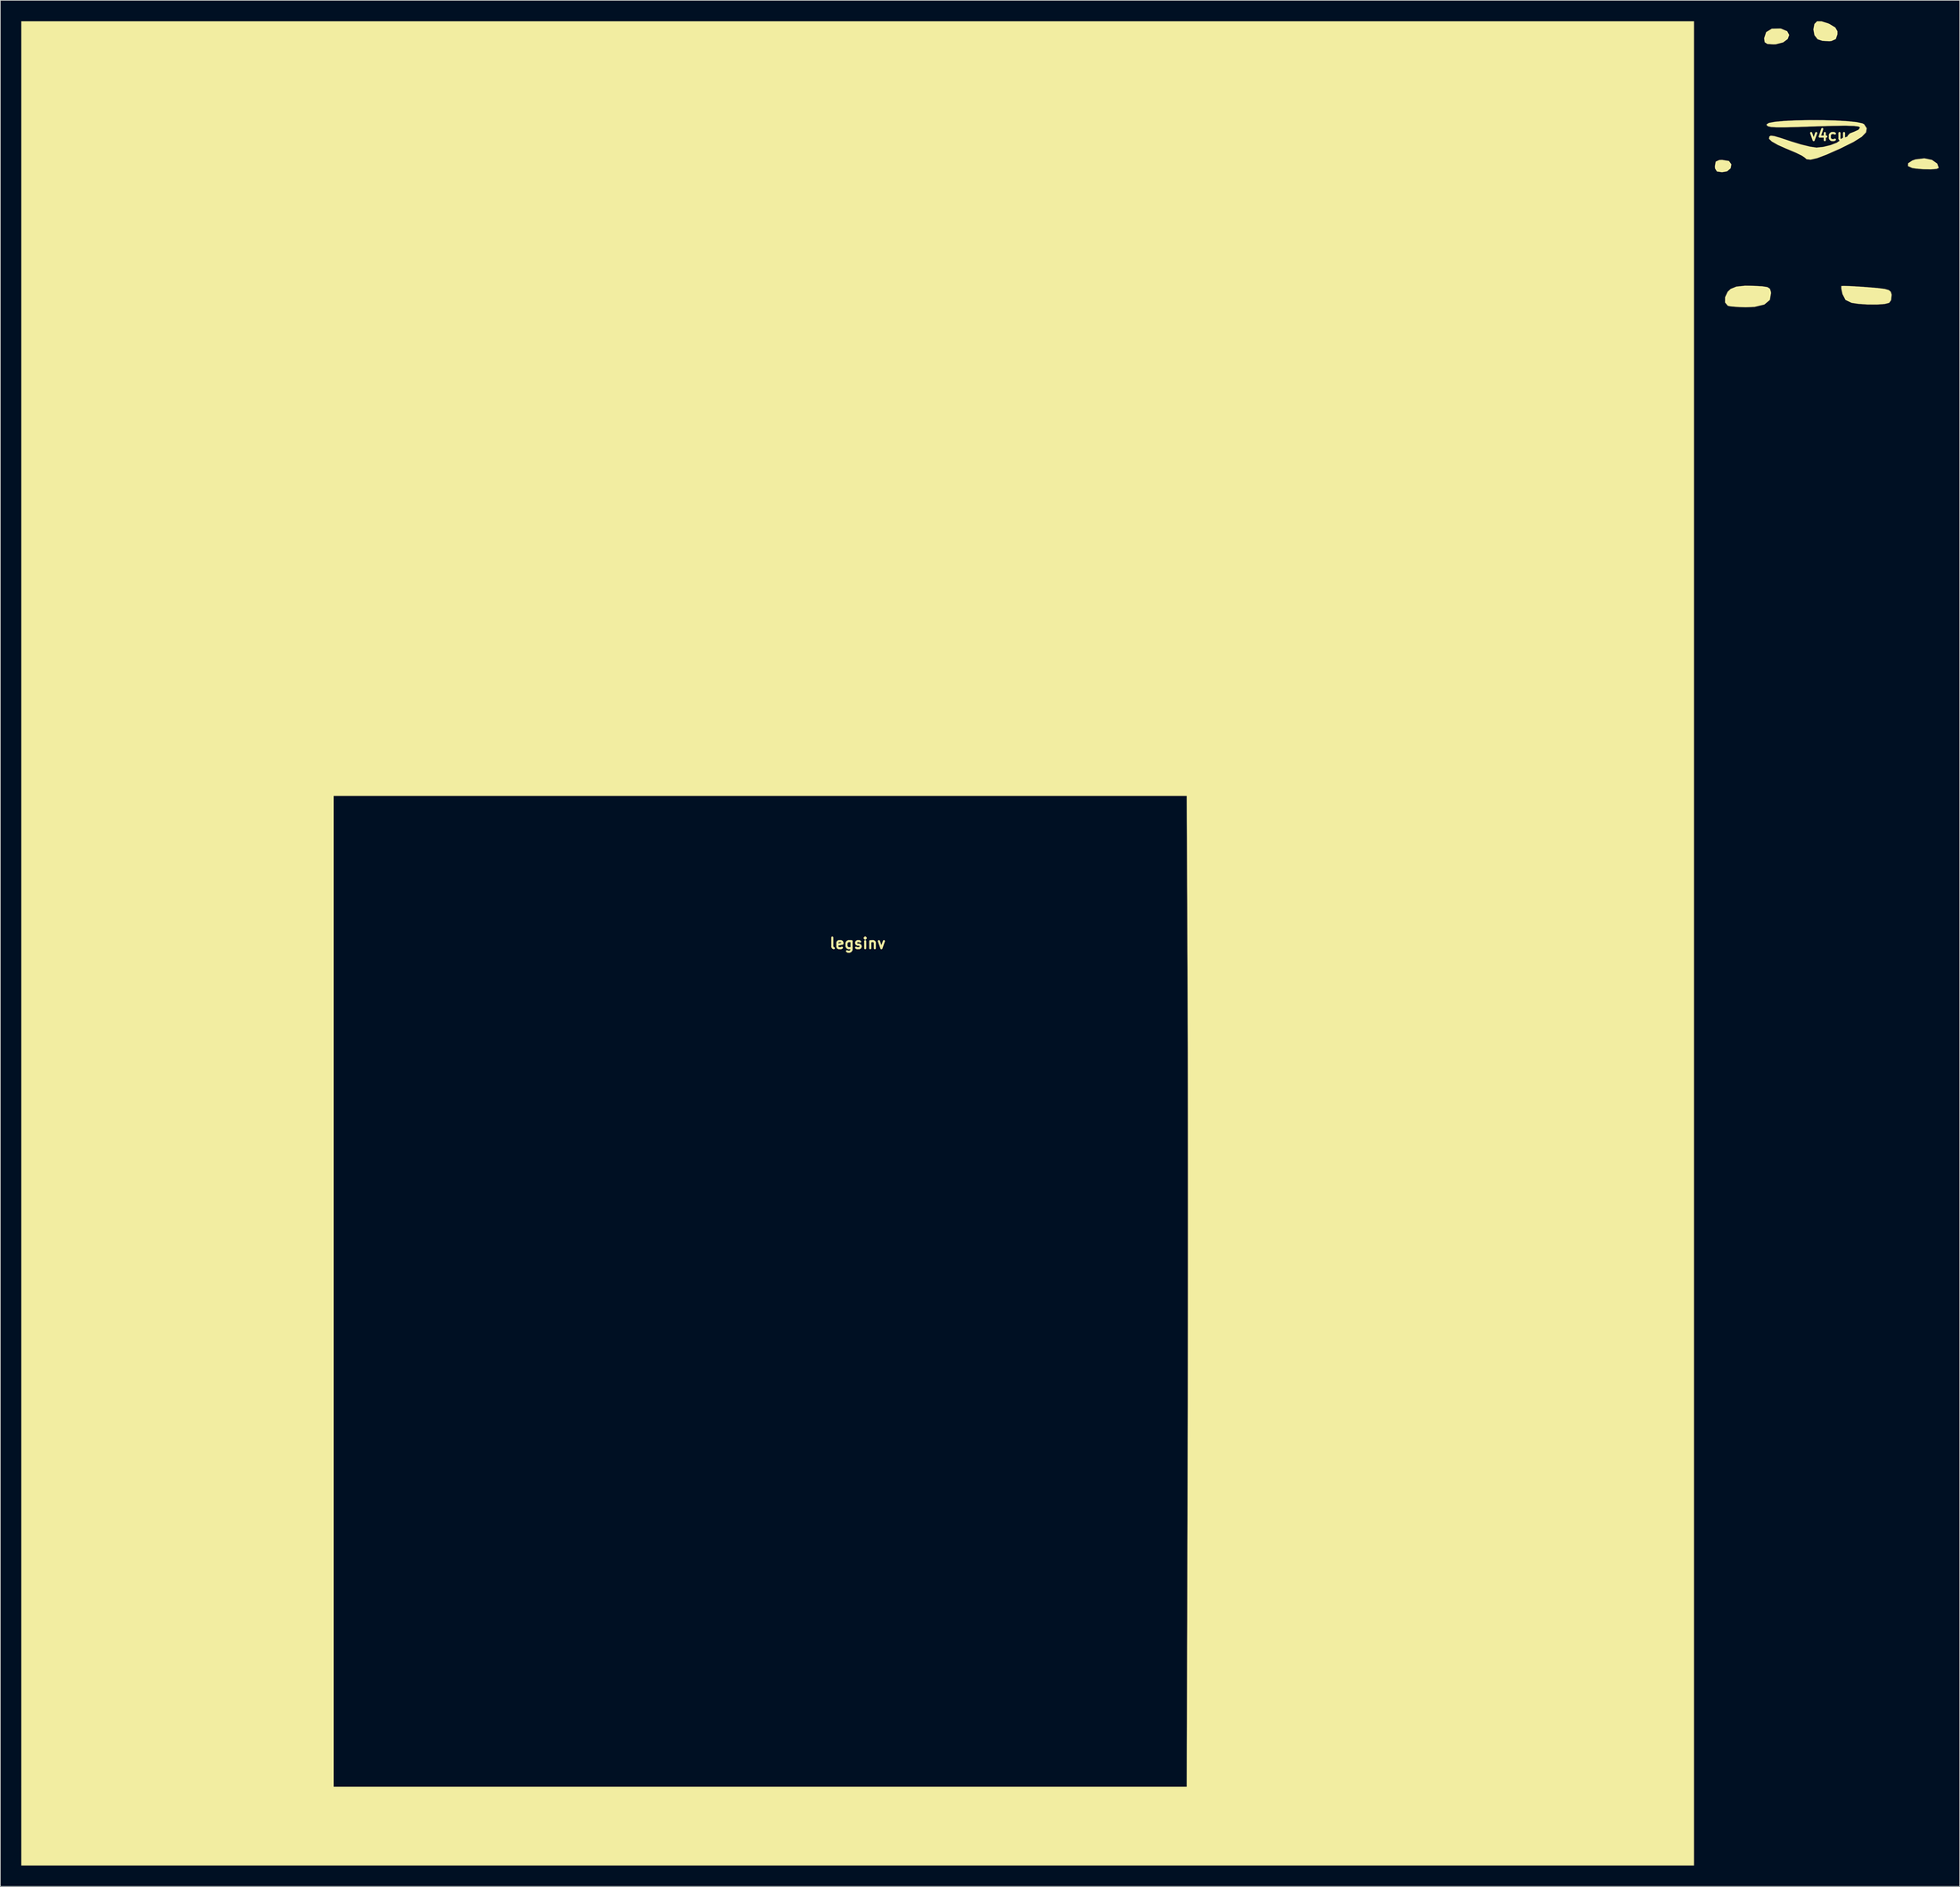
<source format=kicad_pcb>
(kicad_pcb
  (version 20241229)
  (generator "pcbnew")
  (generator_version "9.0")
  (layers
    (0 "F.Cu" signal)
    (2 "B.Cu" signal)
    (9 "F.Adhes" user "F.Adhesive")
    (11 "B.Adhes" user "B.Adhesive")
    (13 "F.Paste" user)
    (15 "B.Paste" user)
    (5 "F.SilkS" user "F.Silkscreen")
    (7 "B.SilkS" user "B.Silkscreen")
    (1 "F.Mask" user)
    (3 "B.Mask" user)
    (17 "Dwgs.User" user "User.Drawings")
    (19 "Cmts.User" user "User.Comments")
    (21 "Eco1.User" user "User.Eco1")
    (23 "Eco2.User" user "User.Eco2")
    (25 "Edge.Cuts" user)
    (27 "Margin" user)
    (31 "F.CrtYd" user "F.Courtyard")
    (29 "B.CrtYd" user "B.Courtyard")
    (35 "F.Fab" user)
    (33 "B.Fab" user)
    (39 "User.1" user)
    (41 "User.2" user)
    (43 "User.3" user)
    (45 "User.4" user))
  (footprint "v4cu"
    (layer "F.Cu")
    (at 259.132 16.363)
    (property "Reference" "v4cu" (at 0 0 0) (layer "F.SilkS") (effects (font (size 1.524 1.524) (thickness 0.3))))
    (attr through_hole)
    (fp_poly (pts (xy -14.222 3.683) (xy -13.866 4.166) (xy -13.971 4.731) (xy -14.478 5.165) (xy -15.207 5.292) (xy -15.946 5.188) (xy -16.208 4.755) (xy -16.228 4.41) (xy -16.111 3.775) (xy -15.617 3.547) (xy -15.19 3.528) (xy -14.222 3.683)) (stroke (width 0.01) (type solid)) (fill yes) (layer "F.SilkS"))
    (fp_poly (pts (xy -6.732 -15.299) (xy -5.868 -14.934) (xy -5.576 -14.396) (xy -5.791 -13.818) (xy -6.446 -13.331) (xy -7.479 -13.068) (xy -7.832 -13.053) (xy -8.712 -13.108) (xy -9.092 -13.359) (xy -9.172 -13.922) (xy -8.878 -14.802) (xy -8.076 -15.292) (xy -6.883 -15.326) (xy -6.732 -15.299)) (stroke (width 0.01) (type solid)) (fill yes) (layer "F.SilkS"))
    (fp_poly (pts (xy 14.906 3.53) (xy 15.65 4.064) (xy 15.87 4.674) (xy 15.559 4.817) (xy 14.765 4.882) (xy 13.705 4.867) (xy 12.598 4.771) (xy 12.062 4.687) (xy 11.459 4.413) (xy 11.479 4.019) (xy 12.079 3.615) (xy 12.547 3.454) (xy 13.811 3.305) (xy 14.906 3.53)) (stroke (width 0.01) (type solid)) (fill yes) (layer "F.SilkS"))
    (fp_poly (pts (xy -0.934 -16.348) (xy -0.012 -16.064) (xy 0.199 -15.97) (xy 1.033 -15.471) (xy 1.341 -14.932) (xy 1.339 -14.479) (xy 1.106 -13.807) (xy 0.474 -13.53) (xy 0.176 -13.496) (xy -0.804 -13.552) (xy -1.499 -13.778) (xy -1.952 -14.362) (xy -2.108 -15.195) (xy -1.958 -15.972) (xy -1.581 -16.358) (xy -0.934 -16.348)) (stroke (width 0.01) (type solid)) (fill yes) (layer "F.SilkS"))
    (fp_poly (pts (xy -10.708 21.591) (xy -9.431 21.662) (xy -8.697 21.781) (xy -8.344 22.015) (xy -8.208 22.432) (xy -8.182 22.632) (xy -8.355 23.618) (xy -9.143 24.278) (xy -10.552 24.617) (xy -11.808 24.667) (xy -13.021 24.624) (xy -13.973 24.541) (xy -14.376 24.461) (xy -14.776 23.983) (xy -14.769 23.224) (xy -14.399 22.443) (xy -13.971 22.04) (xy -13.146 21.705) (xy -11.916 21.574) (xy -10.708 21.591)) (stroke (width 0.01) (type solid)) (fill yes) (layer "F.SilkS"))
    (fp_poly (pts (xy 3.195 21.632) (xy 4.509 21.709) (xy 5.501 21.78) (xy 7.097 21.912) (xy 8.121 22.04) (xy 8.708 22.205) (xy 8.991 22.448) (xy 9.103 22.809) (xy 9.115 22.891) (xy 9.032 23.657) (xy 8.762 24.032) (xy 8.122 24.198) (xy 7.015 24.278) (xy 5.677 24.273) (xy 4.343 24.182) (xy 3.377 24.035) (xy 2.502 23.619) (xy 2.065 22.772) (xy 1.902 22.009) (xy 1.896 21.623) (xy 1.897 21.622) (xy 2.272 21.601) (xy 3.195 21.632)) (stroke (width 0.01) (type solid)) (fill yes) (layer "F.SilkS"))
    (fp_poly (pts (xy -0.782 -2.173) (xy 1.068 -2.124) (xy 2.72 -2.031) (xy 4.046 -1.896) (xy 4.916 -1.716) (xy 5.165 -1.589) (xy 5.541 -1.008) (xy 5.444 -0.423) (xy 4.825 0.216) (xy 3.633 0.961) (xy 1.819 1.863) (xy 1.753 1.894) (xy -0.17 2.75) (xy -1.563 3.276) (xy -2.509 3.494) (xy -3.091 3.425) (xy -3.333 3.205) (xy -3.738 2.928) (xy -4.625 2.494) (xy -5.813 1.988) (xy -5.999 1.915) (xy -7.185 1.391) (xy -8.059 0.893) (xy -8.458 0.517) (xy -8.467 0.473) (xy -8.426 0.176) (xy -8.22 0.05) (xy -7.726 0.11) (xy -6.821 0.372) (xy -5.379 0.852) (xy -5.292 0.882) (xy -3.888 1.313) (xy -2.606 1.627) (xy -1.701 1.763) (xy -1.639 1.764) (xy -0.669 1.661) (xy 0.371 1.403) (xy 1.247 1.067) (xy 1.73 0.729) (xy 1.764 0.635) (xy 2.051 0.384) (xy 2.293 0.353) (xy 2.763 0.183) (xy 2.822 0.038) (xy 3.121 -0.272) (xy 3.704 -0.498) (xy 4.365 -0.799) (xy 4.586 -1.119) (xy 4.372 -1.261) (xy 3.692 -1.347) (xy 2.489 -1.379) (xy 0.705 -1.358) (xy -1.718 -1.286) (xy -2.117 -1.271) (xy -4.465 -1.19) (xy -6.198 -1.148) (xy -7.408 -1.149) (xy -8.184 -1.196) (xy -8.616 -1.294) (xy -8.796 -1.447) (xy -8.819 -1.571) (xy -8.489 -1.777) (xy -7.583 -1.941) (xy -6.23 -2.063) (xy -4.56 -2.142) (xy -2.701 -2.179) (xy -0.782 -2.173)) (stroke (width 0.01) (type solid)) (fill yes) (layer "F.SilkS")))
  (footprint "legsinv"
    (layer "F.Cu")
    (at 119.949 132.297)
    (property "Reference" "legsinv" (at 0 0 0) (layer "F.SilkS") (effects (font (size 1.524 1.524) (thickness 0.3))))
    (attr through_hole)
    (fp_poly (pts (xy 119.944 132.292) (xy -119.944 132.292) (xy -119.944 -21.167) (xy -75.142 -21.167) (xy -75.142 121.003) (xy 47.198 121.003) (xy 47.323 77.876) (xy 47.339 71.728) (xy 47.352 65.318) (xy 47.362 58.734) (xy 47.37 52.066) (xy 47.374 45.403) (xy 47.375 38.832) (xy 47.374 32.444) (xy 47.369 26.328) (xy 47.362 20.571) (xy 47.351 15.264) (xy 47.338 10.494) (xy 47.324 6.791) (xy 47.199 -21.167) (xy -75.142 -21.167) (xy -119.944 -21.167) (xy -119.944 -132.292) (xy 119.944 -132.292) (xy 119.944 132.292)) (stroke (width 0.01) (type solid)) (fill yes) (layer "F.SilkS")))
  (gr_rect
    (start -3 -3)
    (end 278.006 267.593)
    (stroke (width 0.1) (type default))
    (fill no)
    (layer "Edge.Cuts")))
</source>
